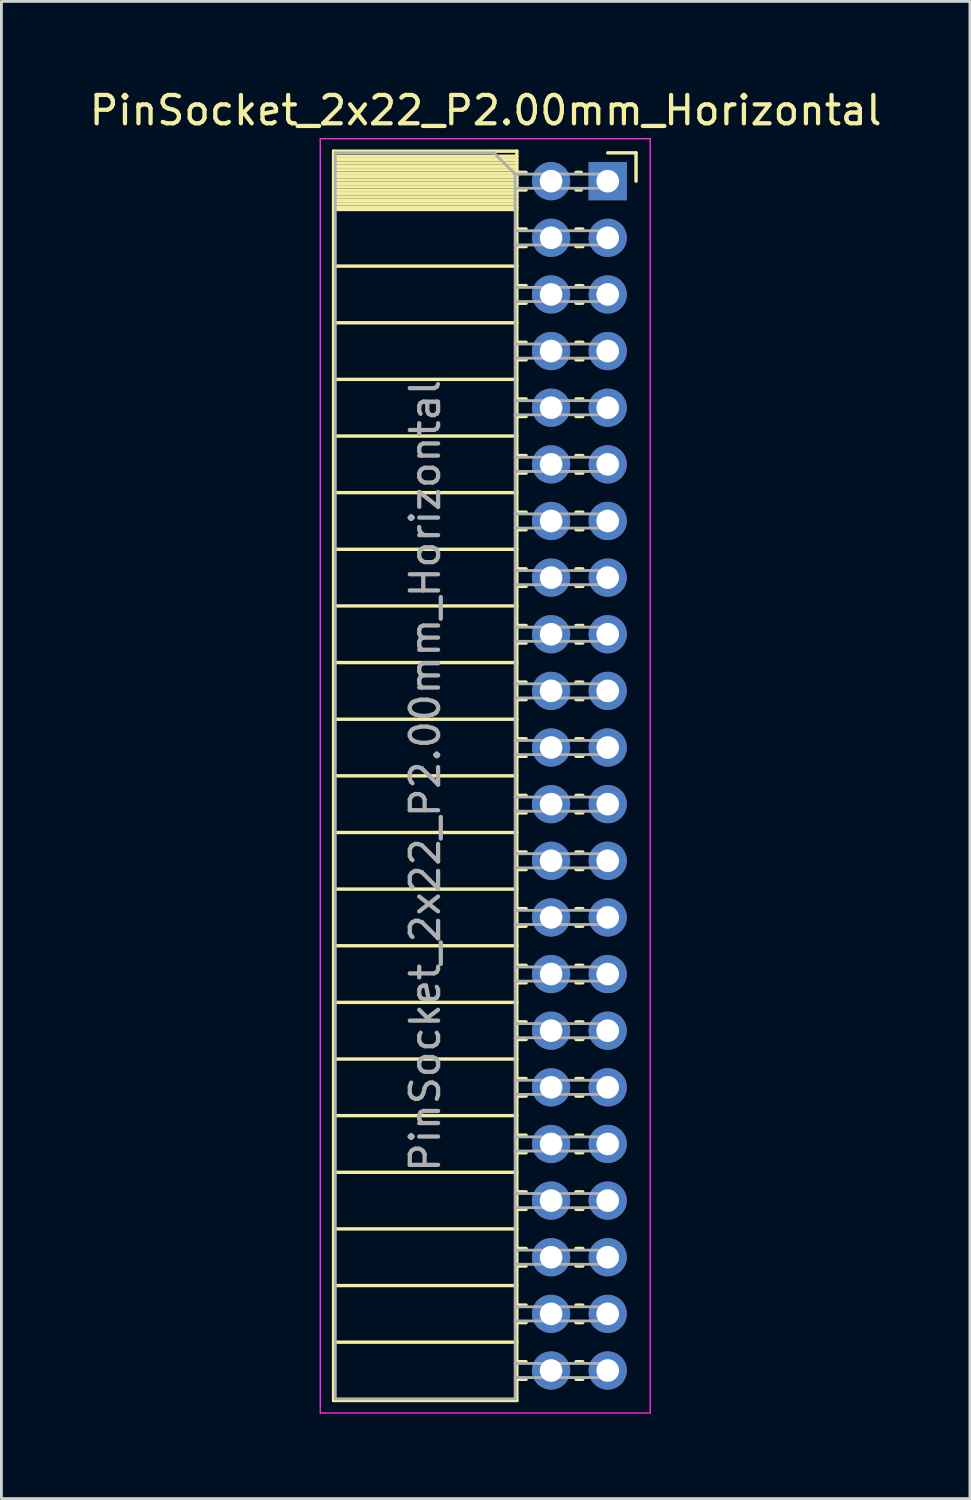
<source format=kicad_pcb>
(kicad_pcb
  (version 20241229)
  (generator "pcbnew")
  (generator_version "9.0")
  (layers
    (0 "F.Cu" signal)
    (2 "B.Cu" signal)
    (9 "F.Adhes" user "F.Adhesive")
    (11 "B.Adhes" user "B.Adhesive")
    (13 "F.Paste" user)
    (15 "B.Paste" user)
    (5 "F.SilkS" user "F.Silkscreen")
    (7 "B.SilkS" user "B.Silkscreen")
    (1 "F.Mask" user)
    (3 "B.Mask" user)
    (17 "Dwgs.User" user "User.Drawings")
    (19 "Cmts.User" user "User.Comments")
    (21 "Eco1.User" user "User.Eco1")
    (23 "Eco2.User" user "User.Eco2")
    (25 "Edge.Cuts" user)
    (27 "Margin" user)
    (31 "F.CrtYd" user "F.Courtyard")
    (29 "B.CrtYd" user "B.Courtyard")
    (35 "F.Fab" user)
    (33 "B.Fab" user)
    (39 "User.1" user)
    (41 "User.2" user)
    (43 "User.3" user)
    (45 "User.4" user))
  (footprint "PinSocket_2x22_P2.00mm_Horizontal"
    (layer "F.Cu")
    (at 18.411 3.348)
    (property "Reference" "PinSocket_2x22_P2.00mm_Horizontal" (at -4.31 -2.5 0) (layer "F.SilkS") (effects (font (size 1 1) (thickness 0.15))))
    (attr through_hole)
    (fp_line (start -9.68 -1.06) (end -9.68 43.06) (stroke (width 0.12) (type solid)) (layer "F.SilkS"))
    (fp_line (start -9.68 -1.06) (end -3.21 -1.06) (stroke (width 0.12) (type solid)) (layer "F.SilkS"))
    (fp_line (start -9.68 -0.88) (end -3.21 -0.88) (stroke (width 0.12) (type solid)) (layer "F.SilkS"))
    (fp_line (start -9.68 -0.76) (end -3.21 -0.76) (stroke (width 0.12) (type solid)) (layer "F.SilkS"))
    (fp_line (start -9.68 -0.64) (end -3.21 -0.64) (stroke (width 0.12) (type solid)) (layer "F.SilkS"))
    (fp_line (start -9.68 -0.52) (end -3.21 -0.52) (stroke (width 0.12) (type solid)) (layer "F.SilkS"))
    (fp_line (start -9.68 -0.4) (end -3.21 -0.4) (stroke (width 0.12) (type solid)) (layer "F.SilkS"))
    (fp_line (start -9.68 -0.28) (end -3.21 -0.28) (stroke (width 0.12) (type solid)) (layer "F.SilkS"))
    (fp_line (start -9.68 -0.16) (end -3.21 -0.16) (stroke (width 0.12) (type solid)) (layer "F.SilkS"))
    (fp_line (start -9.68 -0.04) (end -3.21 -0.04) (stroke (width 0.12) (type solid)) (layer "F.SilkS"))
    (fp_line (start -9.68 0.08) (end -3.21 0.08) (stroke (width 0.12) (type solid)) (layer "F.SilkS"))
    (fp_line (start -9.68 0.2) (end -3.21 0.2) (stroke (width 0.12) (type solid)) (layer "F.SilkS"))
    (fp_line (start -9.68 0.32) (end -3.21 0.32) (stroke (width 0.12) (type solid)) (layer "F.SilkS"))
    (fp_line (start -9.68 0.44) (end -3.21 0.44) (stroke (width 0.12) (type solid)) (layer "F.SilkS"))
    (fp_line (start -9.68 0.56) (end -3.21 0.56) (stroke (width 0.12) (type solid)) (layer "F.SilkS"))
    (fp_line (start -9.68 0.68) (end -3.21 0.68) (stroke (width 0.12) (type solid)) (layer "F.SilkS"))
    (fp_line (start -9.68 0.8) (end -3.21 0.8) (stroke (width 0.12) (type solid)) (layer "F.SilkS"))
    (fp_line (start -9.68 0.92) (end -3.21 0.92) (stroke (width 0.12) (type solid)) (layer "F.SilkS"))
    (fp_line (start -9.68 1) (end -3.21 1) (stroke (width 0.12) (type solid)) (layer "F.SilkS"))
    (fp_line (start -9.68 3) (end -3.21 3) (stroke (width 0.12) (type solid)) (layer "F.SilkS"))
    (fp_line (start -9.68 5) (end -3.21 5) (stroke (width 0.12) (type solid)) (layer "F.SilkS"))
    (fp_line (start -9.68 7) (end -3.21 7) (stroke (width 0.12) (type solid)) (layer "F.SilkS"))
    (fp_line (start -9.68 9) (end -3.21 9) (stroke (width 0.12) (type solid)) (layer "F.SilkS"))
    (fp_line (start -9.68 11) (end -3.21 11) (stroke (width 0.12) (type solid)) (layer "F.SilkS"))
    (fp_line (start -9.68 13) (end -3.21 13) (stroke (width 0.12) (type solid)) (layer "F.SilkS"))
    (fp_line (start -9.68 15) (end -3.21 15) (stroke (width 0.12) (type solid)) (layer "F.SilkS"))
    (fp_line (start -9.68 17) (end -3.21 17) (stroke (width 0.12) (type solid)) (layer "F.SilkS"))
    (fp_line (start -9.68 19) (end -3.21 19) (stroke (width 0.12) (type solid)) (layer "F.SilkS"))
    (fp_line (start -9.68 21) (end -3.21 21) (stroke (width 0.12) (type solid)) (layer "F.SilkS"))
    (fp_line (start -9.68 23) (end -3.21 23) (stroke (width 0.12) (type solid)) (layer "F.SilkS"))
    (fp_line (start -9.68 25) (end -3.21 25) (stroke (width 0.12) (type solid)) (layer "F.SilkS"))
    (fp_line (start -9.68 27) (end -3.21 27) (stroke (width 0.12) (type solid)) (layer "F.SilkS"))
    (fp_line (start -9.68 29) (end -3.21 29) (stroke (width 0.12) (type solid)) (layer "F.SilkS"))
    (fp_line (start -9.68 31) (end -3.21 31) (stroke (width 0.12) (type solid)) (layer "F.SilkS"))
    (fp_line (start -9.68 33) (end -3.21 33) (stroke (width 0.12) (type solid)) (layer "F.SilkS"))
    (fp_line (start -9.68 35) (end -3.21 35) (stroke (width 0.12) (type solid)) (layer "F.SilkS"))
    (fp_line (start -9.68 37) (end -3.21 37) (stroke (width 0.12) (type solid)) (layer "F.SilkS"))
    (fp_line (start -9.68 39) (end -3.21 39) (stroke (width 0.12) (type solid)) (layer "F.SilkS"))
    (fp_line (start -9.68 41) (end -3.21 41) (stroke (width 0.12) (type solid)) (layer "F.SilkS"))
    (fp_line (start -9.68 43.06) (end -3.21 43.06) (stroke (width 0.12) (type solid)) (layer "F.SilkS"))
    (fp_line (start -3.21 -1.06) (end -3.21 43.06) (stroke (width 0.12) (type solid)) (layer "F.SilkS"))
    (fp_line (start -3.21 -0.31) (end -2.882 -0.31) (stroke (width 0.12) (type solid)) (layer "F.SilkS"))
    (fp_line (start -3.21 0.31) (end -2.882 0.31) (stroke (width 0.12) (type solid)) (layer "F.SilkS"))
    (fp_line (start -3.21 1.69) (end -2.882 1.69) (stroke (width 0.12) (type solid)) (layer "F.SilkS"))
    (fp_line (start -3.21 2.31) (end -2.882 2.31) (stroke (width 0.12) (type solid)) (layer "F.SilkS"))
    (fp_line (start -3.21 3.69) (end -2.882 3.69) (stroke (width 0.12) (type solid)) (layer "F.SilkS"))
    (fp_line (start -3.21 4.31) (end -2.882 4.31) (stroke (width 0.12) (type solid)) (layer "F.SilkS"))
    (fp_line (start -3.21 5.69) (end -2.882 5.69) (stroke (width 0.12) (type solid)) (layer "F.SilkS"))
    (fp_line (start -3.21 6.31) (end -2.882 6.31) (stroke (width 0.12) (type solid)) (layer "F.SilkS"))
    (fp_line (start -3.21 7.69) (end -2.882 7.69) (stroke (width 0.12) (type solid)) (layer "F.SilkS"))
    (fp_line (start -3.21 8.31) (end -2.882 8.31) (stroke (width 0.12) (type solid)) (layer "F.SilkS"))
    (fp_line (start -3.21 9.69) (end -2.882 9.69) (stroke (width 0.12) (type solid)) (layer "F.SilkS"))
    (fp_line (start -3.21 10.31) (end -2.882 10.31) (stroke (width 0.12) (type solid)) (layer "F.SilkS"))
    (fp_line (start -3.21 11.69) (end -2.882 11.69) (stroke (width 0.12) (type solid)) (layer "F.SilkS"))
    (fp_line (start -3.21 12.31) (end -2.882 12.31) (stroke (width 0.12) (type solid)) (layer "F.SilkS"))
    (fp_line (start -3.21 13.69) (end -2.882 13.69) (stroke (width 0.12) (type solid)) (layer "F.SilkS"))
    (fp_line (start -3.21 14.31) (end -2.882 14.31) (stroke (width 0.12) (type solid)) (layer "F.SilkS"))
    (fp_line (start -3.21 15.69) (end -2.882 15.69) (stroke (width 0.12) (type solid)) (layer "F.SilkS"))
    (fp_line (start -3.21 16.31) (end -2.882 16.31) (stroke (width 0.12) (type solid)) (layer "F.SilkS"))
    (fp_line (start -3.21 17.69) (end -2.882 17.69) (stroke (width 0.12) (type solid)) (layer "F.SilkS"))
    (fp_line (start -3.21 18.31) (end -2.882 18.31) (stroke (width 0.12) (type solid)) (layer "F.SilkS"))
    (fp_line (start -3.21 19.69) (end -2.882 19.69) (stroke (width 0.12) (type solid)) (layer "F.SilkS"))
    (fp_line (start -3.21 20.31) (end -2.882 20.31) (stroke (width 0.12) (type solid)) (layer "F.SilkS"))
    (fp_line (start -3.21 21.69) (end -2.882 21.69) (stroke (width 0.12) (type solid)) (layer "F.SilkS"))
    (fp_line (start -3.21 22.31) (end -2.882 22.31) (stroke (width 0.12) (type solid)) (layer "F.SilkS"))
    (fp_line (start -3.21 23.69) (end -2.882 23.69) (stroke (width 0.12) (type solid)) (layer "F.SilkS"))
    (fp_line (start -3.21 24.31) (end -2.882 24.31) (stroke (width 0.12) (type solid)) (layer "F.SilkS"))
    (fp_line (start -3.21 25.69) (end -2.882 25.69) (stroke (width 0.12) (type solid)) (layer "F.SilkS"))
    (fp_line (start -3.21 26.31) (end -2.882 26.31) (stroke (width 0.12) (type solid)) (layer "F.SilkS"))
    (fp_line (start -3.21 27.69) (end -2.882 27.69) (stroke (width 0.12) (type solid)) (layer "F.SilkS"))
    (fp_line (start -3.21 28.31) (end -2.882 28.31) (stroke (width 0.12) (type solid)) (layer "F.SilkS"))
    (fp_line (start -3.21 29.69) (end -2.882 29.69) (stroke (width 0.12) (type solid)) (layer "F.SilkS"))
    (fp_line (start -3.21 30.31) (end -2.882 30.31) (stroke (width 0.12) (type solid)) (layer "F.SilkS"))
    (fp_line (start -3.21 31.69) (end -2.882 31.69) (stroke (width 0.12) (type solid)) (layer "F.SilkS"))
    (fp_line (start -3.21 32.31) (end -2.882 32.31) (stroke (width 0.12) (type solid)) (layer "F.SilkS"))
    (fp_line (start -3.21 33.69) (end -2.882 33.69) (stroke (width 0.12) (type solid)) (layer "F.SilkS"))
    (fp_line (start -3.21 34.31) (end -2.882 34.31) (stroke (width 0.12) (type solid)) (layer "F.SilkS"))
    (fp_line (start -3.21 35.69) (end -2.882 35.69) (stroke (width 0.12) (type solid)) (layer "F.SilkS"))
    (fp_line (start -3.21 36.31) (end -2.882 36.31) (stroke (width 0.12) (type solid)) (layer "F.SilkS"))
    (fp_line (start -3.21 37.69) (end -2.882 37.69) (stroke (width 0.12) (type solid)) (layer "F.SilkS"))
    (fp_line (start -3.21 38.31) (end -2.882 38.31) (stroke (width 0.12) (type solid)) (layer "F.SilkS"))
    (fp_line (start -3.21 39.69) (end -2.882 39.69) (stroke (width 0.12) (type solid)) (layer "F.SilkS"))
    (fp_line (start -3.21 40.31) (end -2.882 40.31) (stroke (width 0.12) (type solid)) (layer "F.SilkS"))
    (fp_line (start -3.21 41.69) (end -2.882 41.69) (stroke (width 0.12) (type solid)) (layer "F.SilkS"))
    (fp_line (start -3.21 42.31) (end -2.882 42.31) (stroke (width 0.12) (type solid)) (layer "F.SilkS"))
    (fp_line (start -1.118 -0.31) (end -0.935 -0.31) (stroke (width 0.12) (type solid)) (layer "F.SilkS"))
    (fp_line (start -1.118 0.31) (end -0.935 0.31) (stroke (width 0.12) (type solid)) (layer "F.SilkS"))
    (fp_line (start -1.118 1.69) (end -0.882 1.69) (stroke (width 0.12) (type solid)) (layer "F.SilkS"))
    (fp_line (start -1.118 2.31) (end -0.882 2.31) (stroke (width 0.12) (type solid)) (layer "F.SilkS"))
    (fp_line (start -1.118 3.69) (end -0.882 3.69) (stroke (width 0.12) (type solid)) (layer "F.SilkS"))
    (fp_line (start -1.118 4.31) (end -0.882 4.31) (stroke (width 0.12) (type solid)) (layer "F.SilkS"))
    (fp_line (start -1.118 5.69) (end -0.882 5.69) (stroke (width 0.12) (type solid)) (layer "F.SilkS"))
    (fp_line (start -1.118 6.31) (end -0.882 6.31) (stroke (width 0.12) (type solid)) (layer "F.SilkS"))
    (fp_line (start -1.118 7.69) (end -0.882 7.69) (stroke (width 0.12) (type solid)) (layer "F.SilkS"))
    (fp_line (start -1.118 8.31) (end -0.882 8.31) (stroke (width 0.12) (type solid)) (layer "F.SilkS"))
    (fp_line (start -1.118 9.69) (end -0.882 9.69) (stroke (width 0.12) (type solid)) (layer "F.SilkS"))
    (fp_line (start -1.118 10.31) (end -0.882 10.31) (stroke (width 0.12) (type solid)) (layer "F.SilkS"))
    (fp_line (start -1.118 11.69) (end -0.882 11.69) (stroke (width 0.12) (type solid)) (layer "F.SilkS"))
    (fp_line (start -1.118 12.31) (end -0.882 12.31) (stroke (width 0.12) (type solid)) (layer "F.SilkS"))
    (fp_line (start -1.118 13.69) (end -0.882 13.69) (stroke (width 0.12) (type solid)) (layer "F.SilkS"))
    (fp_line (start -1.118 14.31) (end -0.882 14.31) (stroke (width 0.12) (type solid)) (layer "F.SilkS"))
    (fp_line (start -1.118 15.69) (end -0.882 15.69) (stroke (width 0.12) (type solid)) (layer "F.SilkS"))
    (fp_line (start -1.118 16.31) (end -0.882 16.31) (stroke (width 0.12) (type solid)) (layer "F.SilkS"))
    (fp_line (start -1.118 17.69) (end -0.882 17.69) (stroke (width 0.12) (type solid)) (layer "F.SilkS"))
    (fp_line (start -1.118 18.31) (end -0.882 18.31) (stroke (width 0.12) (type solid)) (layer "F.SilkS"))
    (fp_line (start -1.118 19.69) (end -0.882 19.69) (stroke (width 0.12) (type solid)) (layer "F.SilkS"))
    (fp_line (start -1.118 20.31) (end -0.882 20.31) (stroke (width 0.12) (type solid)) (layer "F.SilkS"))
    (fp_line (start -1.118 21.69) (end -0.882 21.69) (stroke (width 0.12) (type solid)) (layer "F.SilkS"))
    (fp_line (start -1.118 22.31) (end -0.882 22.31) (stroke (width 0.12) (type solid)) (layer "F.SilkS"))
    (fp_line (start -1.118 23.69) (end -0.882 23.69) (stroke (width 0.12) (type solid)) (layer "F.SilkS"))
    (fp_line (start -1.118 24.31) (end -0.882 24.31) (stroke (width 0.12) (type solid)) (layer "F.SilkS"))
    (fp_line (start -1.118 25.69) (end -0.882 25.69) (stroke (width 0.12) (type solid)) (layer "F.SilkS"))
    (fp_line (start -1.118 26.31) (end -0.882 26.31) (stroke (width 0.12) (type solid)) (layer "F.SilkS"))
    (fp_line (start -1.118 27.69) (end -0.882 27.69) (stroke (width 0.12) (type solid)) (layer "F.SilkS"))
    (fp_line (start -1.118 28.31) (end -0.882 28.31) (stroke (width 0.12) (type solid)) (layer "F.SilkS"))
    (fp_line (start -1.118 29.69) (end -0.882 29.69) (stroke (width 0.12) (type solid)) (layer "F.SilkS"))
    (fp_line (start -1.118 30.31) (end -0.882 30.31) (stroke (width 0.12) (type solid)) (layer "F.SilkS"))
    (fp_line (start -1.118 31.69) (end -0.882 31.69) (stroke (width 0.12) (type solid)) (layer "F.SilkS"))
    (fp_line (start -1.118 32.31) (end -0.882 32.31) (stroke (width 0.12) (type solid)) (layer "F.SilkS"))
    (fp_line (start -1.118 33.69) (end -0.882 33.69) (stroke (width 0.12) (type solid)) (layer "F.SilkS"))
    (fp_line (start -1.118 34.31) (end -0.882 34.31) (stroke (width 0.12) (type solid)) (layer "F.SilkS"))
    (fp_line (start -1.118 35.69) (end -0.882 35.69) (stroke (width 0.12) (type solid)) (layer "F.SilkS"))
    (fp_line (start -1.118 36.31) (end -0.882 36.31) (stroke (width 0.12) (type solid)) (layer "F.SilkS"))
    (fp_line (start -1.118 37.69) (end -0.882 37.69) (stroke (width 0.12) (type solid)) (layer "F.SilkS"))
    (fp_line (start -1.118 38.31) (end -0.882 38.31) (stroke (width 0.12) (type solid)) (layer "F.SilkS"))
    (fp_line (start -1.118 39.69) (end -0.882 39.69) (stroke (width 0.12) (type solid)) (layer "F.SilkS"))
    (fp_line (start -1.118 40.31) (end -0.882 40.31) (stroke (width 0.12) (type solid)) (layer "F.SilkS"))
    (fp_line (start -1.118 41.69) (end -0.882 41.69) (stroke (width 0.12) (type solid)) (layer "F.SilkS"))
    (fp_line (start -1.118 42.31) (end -0.882 42.31) (stroke (width 0.12) (type solid)) (layer "F.SilkS"))
    (fp_line (start 0 -1) (end 1 -1) (stroke (width 0.12) (type solid)) (layer "F.SilkS"))
    (fp_line (start 1 -1) (end 1 0) (stroke (width 0.12) (type solid)) (layer "F.SilkS"))
    (fp_line (start -10.15 -1.5) (end -10.15 43.5) (stroke (width 0.05) (type solid)) (layer "F.CrtYd"))
    (fp_line (start -10.15 43.5) (end 1.5 43.5) (stroke (width 0.05) (type solid)) (layer "F.CrtYd"))
    (fp_line (start 1.5 -1.5) (end -10.15 -1.5) (stroke (width 0.05) (type solid)) (layer "F.CrtYd"))
    (fp_line (start 1.5 43.5) (end 1.5 -1.5) (stroke (width 0.05) (type solid)) (layer "F.CrtYd"))
    (fp_line (start -9.62 -1) (end -4.02 -1) (stroke (width 0.1) (type solid)) (layer "F.Fab"))
    (fp_line (start -9.62 43) (end -9.62 -1) (stroke (width 0.1) (type solid)) (layer "F.Fab"))
    (fp_line (start -4.02 -1) (end -3.27 -0.25) (stroke (width 0.1) (type solid)) (layer "F.Fab"))
    (fp_line (start -3.27 -0.25) (end -3.27 43) (stroke (width 0.1) (type solid)) (layer "F.Fab"))
    (fp_line (start -3.27 0.25) (end 0 0.25) (stroke (width 0.1) (type solid)) (layer "F.Fab"))
    (fp_line (start -3.27 2.25) (end 0 2.25) (stroke (width 0.1) (type solid)) (layer "F.Fab"))
    (fp_line (start -3.27 4.25) (end 0 4.25) (stroke (width 0.1) (type solid)) (layer "F.Fab"))
    (fp_line (start -3.27 6.25) (end 0 6.25) (stroke (width 0.1) (type solid)) (layer "F.Fab"))
    (fp_line (start -3.27 8.25) (end 0 8.25) (stroke (width 0.1) (type solid)) (layer "F.Fab"))
    (fp_line (start -3.27 10.25) (end 0 10.25) (stroke (width 0.1) (type solid)) (layer "F.Fab"))
    (fp_line (start -3.27 12.25) (end 0 12.25) (stroke (width 0.1) (type solid)) (layer "F.Fab"))
    (fp_line (start -3.27 14.25) (end 0 14.25) (stroke (width 0.1) (type solid)) (layer "F.Fab"))
    (fp_line (start -3.27 16.25) (end 0 16.25) (stroke (width 0.1) (type solid)) (layer "F.Fab"))
    (fp_line (start -3.27 18.25) (end 0 18.25) (stroke (width 0.1) (type solid)) (layer "F.Fab"))
    (fp_line (start -3.27 20.25) (end 0 20.25) (stroke (width 0.1) (type solid)) (layer "F.Fab"))
    (fp_line (start -3.27 22.25) (end 0 22.25) (stroke (width 0.1) (type solid)) (layer "F.Fab"))
    (fp_line (start -3.27 24.25) (end 0 24.25) (stroke (width 0.1) (type solid)) (layer "F.Fab"))
    (fp_line (start -3.27 26.25) (end 0 26.25) (stroke (width 0.1) (type solid)) (layer "F.Fab"))
    (fp_line (start -3.27 28.25) (end 0 28.25) (stroke (width 0.1) (type solid)) (layer "F.Fab"))
    (fp_line (start -3.27 30.25) (end 0 30.25) (stroke (width 0.1) (type solid)) (layer "F.Fab"))
    (fp_line (start -3.27 32.25) (end 0 32.25) (stroke (width 0.1) (type solid)) (layer "F.Fab"))
    (fp_line (start -3.27 34.25) (end 0 34.25) (stroke (width 0.1) (type solid)) (layer "F.Fab"))
    (fp_line (start -3.27 36.25) (end 0 36.25) (stroke (width 0.1) (type solid)) (layer "F.Fab"))
    (fp_line (start -3.27 38.25) (end 0 38.25) (stroke (width 0.1) (type solid)) (layer "F.Fab"))
    (fp_line (start -3.27 40.25) (end 0 40.25) (stroke (width 0.1) (type solid)) (layer "F.Fab"))
    (fp_line (start -3.27 42.25) (end 0 42.25) (stroke (width 0.1) (type solid)) (layer "F.Fab"))
    (fp_line (start -3.27 43) (end -9.62 43) (stroke (width 0.1) (type solid)) (layer "F.Fab"))
    (fp_line (start 0 -0.25) (end -3.27 -0.25) (stroke (width 0.1) (type solid)) (layer "F.Fab"))
    (fp_line (start 0 0.25) (end 0 -0.25) (stroke (width 0.1) (type solid)) (layer "F.Fab"))
    (fp_line (start 0 1.75) (end -3.27 1.75) (stroke (width 0.1) (type solid)) (layer "F.Fab"))
    (fp_line (start 0 2.25) (end 0 1.75) (stroke (width 0.1) (type solid)) (layer "F.Fab"))
    (fp_line (start 0 3.75) (end -3.27 3.75) (stroke (width 0.1) (type solid)) (layer "F.Fab"))
    (fp_line (start 0 4.25) (end 0 3.75) (stroke (width 0.1) (type solid)) (layer "F.Fab"))
    (fp_line (start 0 5.75) (end -3.27 5.75) (stroke (width 0.1) (type solid)) (layer "F.Fab"))
    (fp_line (start 0 6.25) (end 0 5.75) (stroke (width 0.1) (type solid)) (layer "F.Fab"))
    (fp_line (start 0 7.75) (end -3.27 7.75) (stroke (width 0.1) (type solid)) (layer "F.Fab"))
    (fp_line (start 0 8.25) (end 0 7.75) (stroke (width 0.1) (type solid)) (layer "F.Fab"))
    (fp_line (start 0 9.75) (end -3.27 9.75) (stroke (width 0.1) (type solid)) (layer "F.Fab"))
    (fp_line (start 0 10.25) (end 0 9.75) (stroke (width 0.1) (type solid)) (layer "F.Fab"))
    (fp_line (start 0 11.75) (end -3.27 11.75) (stroke (width 0.1) (type solid)) (layer "F.Fab"))
    (fp_line (start 0 12.25) (end 0 11.75) (stroke (width 0.1) (type solid)) (layer "F.Fab"))
    (fp_line (start 0 13.75) (end -3.27 13.75) (stroke (width 0.1) (type solid)) (layer "F.Fab"))
    (fp_line (start 0 14.25) (end 0 13.75) (stroke (width 0.1) (type solid)) (layer "F.Fab"))
    (fp_line (start 0 15.75) (end -3.27 15.75) (stroke (width 0.1) (type solid)) (layer "F.Fab"))
    (fp_line (start 0 16.25) (end 0 15.75) (stroke (width 0.1) (type solid)) (layer "F.Fab"))
    (fp_line (start 0 17.75) (end -3.27 17.75) (stroke (width 0.1) (type solid)) (layer "F.Fab"))
    (fp_line (start 0 18.25) (end 0 17.75) (stroke (width 0.1) (type solid)) (layer "F.Fab"))
    (fp_line (start 0 19.75) (end -3.27 19.75) (stroke (width 0.1) (type solid)) (layer "F.Fab"))
    (fp_line (start 0 20.25) (end 0 19.75) (stroke (width 0.1) (type solid)) (layer "F.Fab"))
    (fp_line (start 0 21.75) (end -3.27 21.75) (stroke (width 0.1) (type solid)) (layer "F.Fab"))
    (fp_line (start 0 22.25) (end 0 21.75) (stroke (width 0.1) (type solid)) (layer "F.Fab"))
    (fp_line (start 0 23.75) (end -3.27 23.75) (stroke (width 0.1) (type solid)) (layer "F.Fab"))
    (fp_line (start 0 24.25) (end 0 23.75) (stroke (width 0.1) (type solid)) (layer "F.Fab"))
    (fp_line (start 0 25.75) (end -3.27 25.75) (stroke (width 0.1) (type solid)) (layer "F.Fab"))
    (fp_line (start 0 26.25) (end 0 25.75) (stroke (width 0.1) (type solid)) (layer "F.Fab"))
    (fp_line (start 0 27.75) (end -3.27 27.75) (stroke (width 0.1) (type solid)) (layer "F.Fab"))
    (fp_line (start 0 28.25) (end 0 27.75) (stroke (width 0.1) (type solid)) (layer "F.Fab"))
    (fp_line (start 0 29.75) (end -3.27 29.75) (stroke (width 0.1) (type solid)) (layer "F.Fab"))
    (fp_line (start 0 30.25) (end 0 29.75) (stroke (width 0.1) (type solid)) (layer "F.Fab"))
    (fp_line (start 0 31.75) (end -3.27 31.75) (stroke (width 0.1) (type solid)) (layer "F.Fab"))
    (fp_line (start 0 32.25) (end 0 31.75) (stroke (width 0.1) (type solid)) (layer "F.Fab"))
    (fp_line (start 0 33.75) (end -3.27 33.75) (stroke (width 0.1) (type solid)) (layer "F.Fab"))
    (fp_line (start 0 34.25) (end 0 33.75) (stroke (width 0.1) (type solid)) (layer "F.Fab"))
    (fp_line (start 0 35.75) (end -3.27 35.75) (stroke (width 0.1) (type solid)) (layer "F.Fab"))
    (fp_line (start 0 36.25) (end 0 35.75) (stroke (width 0.1) (type solid)) (layer "F.Fab"))
    (fp_line (start 0 37.75) (end -3.27 37.75) (stroke (width 0.1) (type solid)) (layer "F.Fab"))
    (fp_line (start 0 38.25) (end 0 37.75) (stroke (width 0.1) (type solid)) (layer "F.Fab"))
    (fp_line (start 0 39.75) (end -3.27 39.75) (stroke (width 0.1) (type solid)) (layer "F.Fab"))
    (fp_line (start 0 40.25) (end 0 39.75) (stroke (width 0.1) (type solid)) (layer "F.Fab"))
    (fp_line (start 0 41.75) (end -3.27 41.75) (stroke (width 0.1) (type solid)) (layer "F.Fab"))
    (fp_line (start 0 42.25) (end 0 41.75) (stroke (width 0.1) (type solid)) (layer "F.Fab"))
    (fp_text user "${REFERENCE}" (at -6.445 21 90) (layer "F.Fab") (effects (font (size 1 1) (thickness 0.15))))
    (pad "1" thru_hole rect (at 0 0) (size 1.35 1.35) (drill 0.8) (layers "*.Cu" "*.Mask"))
    (pad "2" thru_hole oval (at -2 0) (size 1.35 1.35) (drill 0.8) (layers "*.Cu" "*.Mask"))
    (pad "3" thru_hole oval (at 0 2) (size 1.35 1.35) (drill 0.8) (layers "*.Cu" "*.Mask"))
    (pad "4" thru_hole oval (at -2 2) (size 1.35 1.35) (drill 0.8) (layers "*.Cu" "*.Mask"))
    (pad "5" thru_hole oval (at 0 4) (size 1.35 1.35) (drill 0.8) (layers "*.Cu" "*.Mask"))
    (pad "6" thru_hole oval (at -2 4) (size 1.35 1.35) (drill 0.8) (layers "*.Cu" "*.Mask"))
    (pad "7" thru_hole oval (at 0 6) (size 1.35 1.35) (drill 0.8) (layers "*.Cu" "*.Mask"))
    (pad "8" thru_hole oval (at -2 6) (size 1.35 1.35) (drill 0.8) (layers "*.Cu" "*.Mask"))
    (pad "9" thru_hole oval (at 0 8) (size 1.35 1.35) (drill 0.8) (layers "*.Cu" "*.Mask"))
    (pad "10" thru_hole oval (at -2 8) (size 1.35 1.35) (drill 0.8) (layers "*.Cu" "*.Mask"))
    (pad "11" thru_hole oval (at 0 10) (size 1.35 1.35) (drill 0.8) (layers "*.Cu" "*.Mask"))
    (pad "12" thru_hole oval (at -2 10) (size 1.35 1.35) (drill 0.8) (layers "*.Cu" "*.Mask"))
    (pad "13" thru_hole oval (at 0 12) (size 1.35 1.35) (drill 0.8) (layers "*.Cu" "*.Mask"))
    (pad "14" thru_hole oval (at -2 12) (size 1.35 1.35) (drill 0.8) (layers "*.Cu" "*.Mask"))
    (pad "15" thru_hole oval (at 0 14) (size 1.35 1.35) (drill 0.8) (layers "*.Cu" "*.Mask"))
    (pad "16" thru_hole oval (at -2 14) (size 1.35 1.35) (drill 0.8) (layers "*.Cu" "*.Mask"))
    (pad "17" thru_hole oval (at 0 16) (size 1.35 1.35) (drill 0.8) (layers "*.Cu" "*.Mask"))
    (pad "18" thru_hole oval (at -2 16) (size 1.35 1.35) (drill 0.8) (layers "*.Cu" "*.Mask"))
    (pad "19" thru_hole oval (at 0 18) (size 1.35 1.35) (drill 0.8) (layers "*.Cu" "*.Mask"))
    (pad "20" thru_hole oval (at -2 18) (size 1.35 1.35) (drill 0.8) (layers "*.Cu" "*.Mask"))
    (pad "21" thru_hole oval (at 0 20) (size 1.35 1.35) (drill 0.8) (layers "*.Cu" "*.Mask"))
    (pad "22" thru_hole oval (at -2 20) (size 1.35 1.35) (drill 0.8) (layers "*.Cu" "*.Mask"))
    (pad "23" thru_hole oval (at 0 22) (size 1.35 1.35) (drill 0.8) (layers "*.Cu" "*.Mask"))
    (pad "24" thru_hole oval (at -2 22) (size 1.35 1.35) (drill 0.8) (layers "*.Cu" "*.Mask"))
    (pad "25" thru_hole oval (at 0 24) (size 1.35 1.35) (drill 0.8) (layers "*.Cu" "*.Mask"))
    (pad "26" thru_hole oval (at -2 24) (size 1.35 1.35) (drill 0.8) (layers "*.Cu" "*.Mask"))
    (pad "27" thru_hole oval (at 0 26) (size 1.35 1.35) (drill 0.8) (layers "*.Cu" "*.Mask"))
    (pad "28" thru_hole oval (at -2 26) (size 1.35 1.35) (drill 0.8) (layers "*.Cu" "*.Mask"))
    (pad "29" thru_hole oval (at 0 28) (size 1.35 1.35) (drill 0.8) (layers "*.Cu" "*.Mask"))
    (pad "30" thru_hole oval (at -2 28) (size 1.35 1.35) (drill 0.8) (layers "*.Cu" "*.Mask"))
    (pad "31" thru_hole oval (at 0 30) (size 1.35 1.35) (drill 0.8) (layers "*.Cu" "*.Mask"))
    (pad "32" thru_hole oval (at -2 30) (size 1.35 1.35) (drill 0.8) (layers "*.Cu" "*.Mask"))
    (pad "33" thru_hole oval (at 0 32) (size 1.35 1.35) (drill 0.8) (layers "*.Cu" "*.Mask"))
    (pad "34" thru_hole oval (at -2 32) (size 1.35 1.35) (drill 0.8) (layers "*.Cu" "*.Mask"))
    (pad "35" thru_hole oval (at 0 34) (size 1.35 1.35) (drill 0.8) (layers "*.Cu" "*.Mask"))
    (pad "36" thru_hole oval (at -2 34) (size 1.35 1.35) (drill 0.8) (layers "*.Cu" "*.Mask"))
    (pad "37" thru_hole oval (at 0 36) (size 1.35 1.35) (drill 0.8) (layers "*.Cu" "*.Mask"))
    (pad "38" thru_hole oval (at -2 36) (size 1.35 1.35) (drill 0.8) (layers "*.Cu" "*.Mask"))
    (pad "39" thru_hole oval (at 0 38) (size 1.35 1.35) (drill 0.8) (layers "*.Cu" "*.Mask"))
    (pad "40" thru_hole oval (at -2 38) (size 1.35 1.35) (drill 0.8) (layers "*.Cu" "*.Mask"))
    (pad "41" thru_hole oval (at 0 40) (size 1.35 1.35) (drill 0.8) (layers "*.Cu" "*.Mask"))
    (pad "42" thru_hole oval (at -2 40) (size 1.35 1.35) (drill 0.8) (layers "*.Cu" "*.Mask"))
    (pad "43" thru_hole oval (at 0 42) (size 1.35 1.35) (drill 0.8) (layers "*.Cu" "*.Mask"))
    (pad "44" thru_hole oval (at -2 42) (size 1.35 1.35) (drill 0.8) (layers "*.Cu" "*.Mask")))
  (gr_rect
    (start -3 -3)
    (end 31.202 49.873)
    (stroke (width 0.1) (type default))
    (fill no)
    (layer "Edge.Cuts")))
</source>
